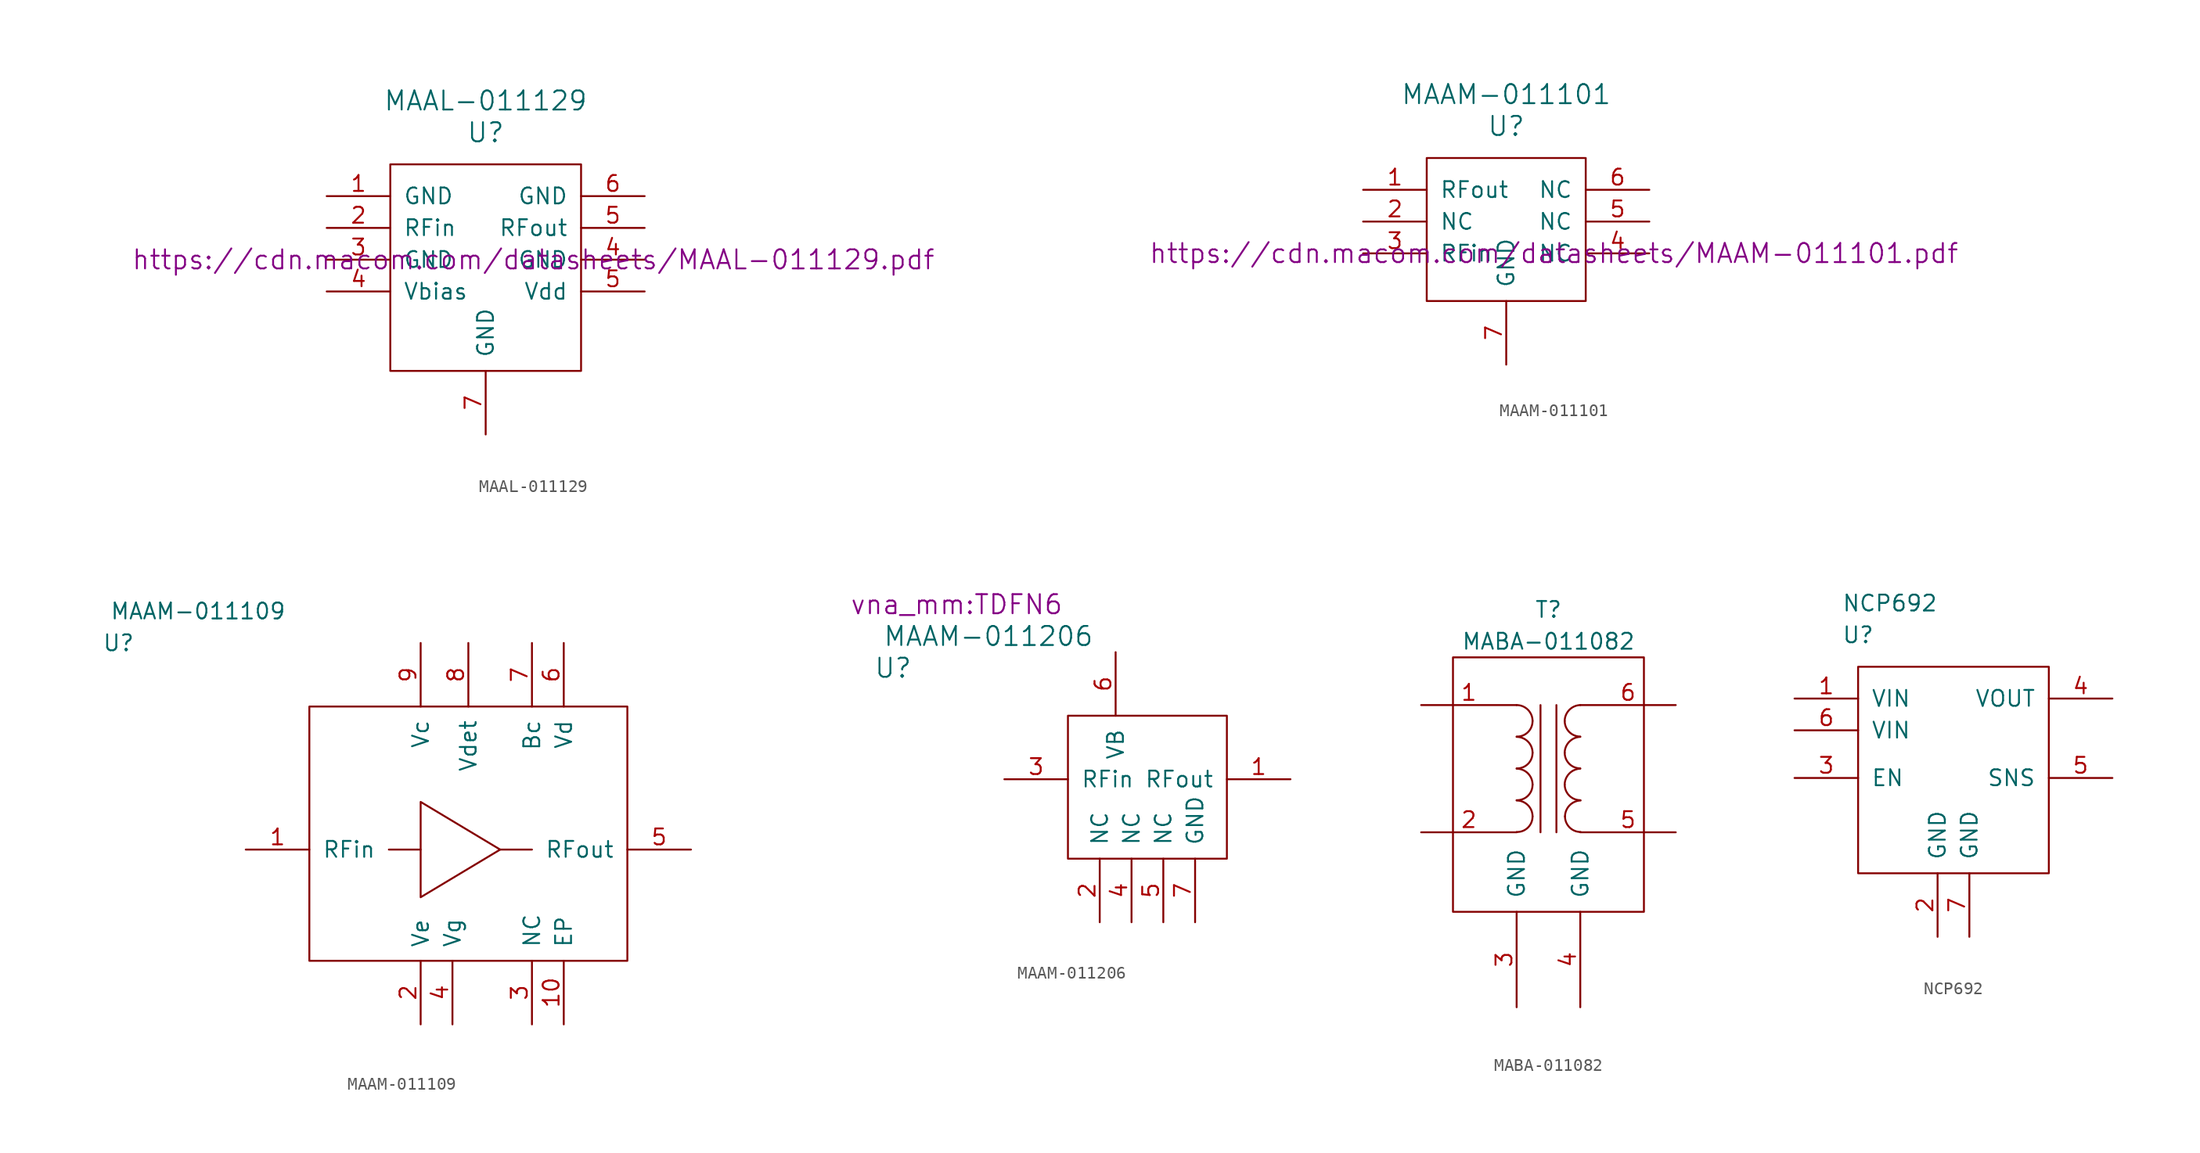
<source format=kicad_sym>
(kicad_symbol_lib
  (version 20201005)
  (generator kicad_symbol_editor)
  (symbol "vna_mm:MAAL-011129"
    (pin_names
      (offset 1.016))
    (property "Reference" "U"
      (at 0 8.89 0)
      (effects (font (size 1.524 1.524))))
    (property "Value" "MAAL-011129"
      (at 0 11.43 0)
      (effects (font (size 1.524 1.524))))
    (property "Footprint" ""
      (at 3.81 -1.27 0)
      (effects (font (size 1.524 1.524))))
    (property "Datasheet" "https://cdn.macom.com/datasheets/MAAL-011129.pdf"
      (at 3.81 -1.27 0)
      (effects (font (size 1.524 1.524))))
    (symbol "MAAL-011129_0_1"
      (rectangle (start -7.62 6.35) (end 7.62 -10.16) (stroke (width 0)) (fill (type none))))
    (symbol "MAAL-011129_1_1"
      (pin power_in line (at -12.7 3.81 0) (length 5.08) (name "GND" (effects (font (size 1.27 1.27)))) (number "1" (effects (font (size 1.27 1.27)))))
      (pin input line (at -12.7 1.27 0) (length 5.08) (name "RFin" (effects (font (size 1.27 1.27)))) (number "2" (effects (font (size 1.27 1.27)))))
      (pin power_in line (at -12.7 -1.27 0) (length 5.08) (name "GND" (effects (font (size 1.27 1.27)))) (number "3" (effects (font (size 1.27 1.27)))))
      (pin power_in line (at 12.7 -1.27 180) (length 5.08) (name "GND" (effects (font (size 1.27 1.27)))) (number "4" (effects (font (size 1.27 1.27)))))
      (pin input line (at -12.7 -3.81 0) (length 5.08) (name "Vbias" (effects (font (size 1.27 1.27)))) (number "4" (effects (font (size 1.27 1.27)))))
      (pin output line (at 12.7 1.27 180) (length 5.08) (name "RFout" (effects (font (size 1.27 1.27)))) (number "5" (effects (font (size 1.27 1.27)))))
      (pin power_in line (at 12.7 -3.81 180) (length 5.08) (name "Vdd" (effects (font (size 1.27 1.27)))) (number "5" (effects (font (size 1.27 1.27)))))
      (pin power_in line (at 12.7 3.81 180) (length 5.08) (name "GND" (effects (font (size 1.27 1.27)))) (number "6" (effects (font (size 1.27 1.27)))))
      (pin input line (at 0 -15.24 90) (length 5.08) (name "GND" (effects (font (size 1.27 1.27)))) (number "7" (effects (font (size 1.27 1.27)))))))
  (symbol "vna_mm:MAAM-011101"
    (pin_names
      (offset 1.016))
    (property "Reference" "U"
      (at 0 7.62 0)
      (effects (font (size 1.524 1.524))))
    (property "Value" "MAAM-011101"
      (at 0 10.16 0)
      (effects (font (size 1.524 1.524))))
    (property "Footprint" ""
      (at 3.81 -2.54 0)
      (effects (font (size 1.524 1.524))))
    (property "Datasheet" "https://cdn.macom.com/datasheets/MAAM-011101.pdf"
      (at 3.81 -2.54 0)
      (effects (font (size 1.524 1.524))))
    (symbol "MAAM-011101_0_1"
      (rectangle (start -6.35 5.08) (end 6.35 -6.35) (stroke (width 0)) (fill (type none))))
    (symbol "MAAM-011101_1_1"
      (pin output line (at -11.43 2.54 0) (length 5.08) (name "RFout" (effects (font (size 1.27 1.27)))) (number "1" (effects (font (size 1.27 1.27)))))
      (pin power_in line (at -11.43 0 0) (length 5.08) (name "NC" (effects (font (size 1.27 1.27)))) (number "2" (effects (font (size 1.27 1.27)))))
      (pin input line (at -11.43 -2.54 0) (length 5.08) (name "RFin" (effects (font (size 1.27 1.27)))) (number "3" (effects (font (size 1.27 1.27)))))
      (pin power_in line (at 11.43 -2.54 180) (length 5.08) (name "NC" (effects (font (size 1.27 1.27)))) (number "4" (effects (font (size 1.27 1.27)))))
      (pin power_in line (at 11.43 0 180) (length 5.08) (name "NC" (effects (font (size 1.27 1.27)))) (number "5" (effects (font (size 1.27 1.27)))))
      (pin power_in line (at 11.43 2.54 180) (length 5.08) (name "NC" (effects (font (size 1.27 1.27)))) (number "6" (effects (font (size 1.27 1.27)))))
      (pin input line (at 0 -11.43 90) (length 5.08) (name "GND" (effects (font (size 1.27 1.27)))) (number "7" (effects (font (size 1.27 1.27)))))))
  (symbol "vna_mm:MAAM-011109"
    (pin_names
      (offset 1.016))
    (property "Reference" "U"
      (at -25.4 16.51 0)
      (effects (font (size 1.27 1.27))))
    (property "Value" "MAAM-011109"
      (at -19.05 19.05 0)
      (effects (font (size 1.27 1.27))))
    (symbol "MAAM-011109_0_1"
      (rectangle (start -10.16 11.43) (end 15.24 -8.89) (stroke (width 0)) (fill (type none)))
      (polyline (pts (xy -1.27 0) (xy -3.81 0)) (stroke (width 0)) (fill (type none)))
      (polyline (pts (xy 5.08 0) (xy 7.62 0)) (stroke (width 0)) (fill (type none)))
      (polyline (pts (xy 5.08 0) (xy -1.27 3.81) (xy -1.27 -3.81) (xy 5.08 0)) (stroke (width 0)) (fill (type none))))
    (symbol "MAAM-011109_1_1"
      (pin input line (at -15.24 0 0) (length 5.08) (name "RFin" (effects (font (size 1.27 1.27)))) (number "1" (effects (font (size 1.27 1.27)))))
      (pin power_in line (at 10.16 -13.97 90) (length 5.08) (name "EP" (effects (font (size 1.27 1.27)))) (number "10" (effects (font (size 1.27 1.27)))))
      (pin power_in line (at -1.27 -13.97 90) (length 5.08) (name "Ve" (effects (font (size 1.27 1.27)))) (number "2" (effects (font (size 1.27 1.27)))))
      (pin input line (at 7.62 -13.97 90) (length 5.08) (name "NC" (effects (font (size 1.27 1.27)))) (number "3" (effects (font (size 1.27 1.27)))))
      (pin power_in line (at 1.27 -13.97 90) (length 5.08) (name "Vg" (effects (font (size 1.27 1.27)))) (number "4" (effects (font (size 1.27 1.27)))))
      (pin output line (at 20.32 0 180) (length 5.08) (name "RFout" (effects (font (size 1.27 1.27)))) (number "5" (effects (font (size 1.27 1.27)))))
      (pin power_in line (at 10.16 16.51 270) (length 5.08) (name "Vd" (effects (font (size 1.27 1.27)))) (number "6" (effects (font (size 1.27 1.27)))))
      (pin input line (at 7.62 16.51 270) (length 5.08) (name "Bc" (effects (font (size 1.27 1.27)))) (number "7" (effects (font (size 1.27 1.27)))))
      (pin output line (at 2.54 16.51 270) (length 5.08) (name "Vdet" (effects (font (size 1.27 1.27)))) (number "8" (effects (font (size 1.27 1.27)))))
      (pin power_in line (at -1.27 16.51 270) (length 5.08) (name "Vc" (effects (font (size 1.27 1.27)))) (number "9" (effects (font (size 1.27 1.27)))))))
  (symbol "vna_mm:MAAM-011206"
    (pin_names
      (offset 1.016))
    (property "Reference" "U"
      (at -20.32 8.89 0)
      (effects (font (size 1.524 1.524))))
    (property "Value" "MAAM-011206"
      (at -12.7 11.43 0)
      (effects (font (size 1.524 1.524))))
    (property "Footprint" "vna_mm:TDFN6"
      (at -15.24 13.97 0)
      (effects (font (size 1.524 1.524))))
    (symbol "MAAM-011206_0_1"
      (rectangle (start -6.35 5.08) (end 6.35 -6.35) (stroke (width 0)) (fill (type none))))
    (symbol "MAAM-011206_1_1"
      (pin output line (at 11.43 0 180) (length 5.08) (name "RFout" (effects (font (size 1.27 1.27)))) (number "1" (effects (font (size 1.27 1.27)))))
      (pin power_in line (at -3.81 -11.43 90) (length 5.08) (name "NC" (effects (font (size 1.27 1.27)))) (number "2" (effects (font (size 1.27 1.27)))))
      (pin input line (at -11.43 0 0) (length 5.08) (name "RFin" (effects (font (size 1.27 1.27)))) (number "3" (effects (font (size 1.27 1.27)))))
      (pin power_in line (at -1.27 -11.43 90) (length 5.08) (name "NC" (effects (font (size 1.27 1.27)))) (number "4" (effects (font (size 1.27 1.27)))))
      (pin power_in line (at 1.27 -11.43 90) (length 5.08) (name "NC" (effects (font (size 1.27 1.27)))) (number "5" (effects (font (size 1.27 1.27)))))
      (pin input line (at -2.54 10.16 270) (length 5.08) (name "VB" (effects (font (size 1.27 1.27)))) (number "6" (effects (font (size 1.27 1.27)))))
      (pin input line (at 3.81 -11.43 90) (length 5.08) (name "GND" (effects (font (size 1.27 1.27)))) (number "7" (effects (font (size 1.27 1.27)))))))
  (symbol "vna_mm:MABA-011082"
    (pin_names
      (offset 1.016))
    (property "Reference" "T"
      (at 0 12.7 0)
      (effects (font (size 1.27 1.27))))
    (property "Value" "MABA-011082"
      (at 0 10.16 0)
      (effects (font (size 1.27 1.27))))
    (symbol "MABA-011082_0_1"
      (rectangle (start -7.62 8.89) (end 7.62 -11.43) (stroke (width 0)) (fill (type none))))
    (symbol "MABA-011082_1_1"
      (arc (start -2.54 -2.54) (end -1.27 -3.81) (radius (at -2.54 -3.81) (length 1.27) (angles 89.9 0.1)) (stroke (width 0)) (fill (type none)))
      (arc (start -1.27 -3.81) (end -2.54 -5.0546) (radius (at -2.54 -3.81) (length 1.27) (angles -0.1 -89.9)) (stroke (width 0)) (fill (type none)))
      (arc (start -2.54 0) (end -1.27 -1.27) (radius (at -2.54 -1.27) (length 1.27) (angles 89.9 0.1)) (stroke (width 0)) (fill (type none)))
      (arc (start -1.27 -1.27) (end -2.54 -2.5146) (radius (at -2.54 -1.27) (length 1.27) (angles -0.1 -89.9)) (stroke (width 0)) (fill (type none)))
      (arc (start -2.54 2.54) (end -1.27 1.27) (radius (at -2.54 1.27) (length 1.27) (angles 89.9 0.1)) (stroke (width 0)) (fill (type none)))
      (arc (start -1.27 1.27) (end -2.54 0.0254) (radius (at -2.54 1.27) (length 1.27) (angles -0.1 -89.9)) (stroke (width 0)) (fill (type none)))
      (arc (start -2.54 5.08) (end -1.27 3.81) (radius (at -2.54 3.81) (length 1.27) (angles 89.9 0.1)) (stroke (width 0)) (fill (type none)))
      (arc (start -1.27 3.81) (end -2.54 2.5654) (radius (at -2.54 3.81) (length 1.27) (angles -0.1 -89.9)) (stroke (width 0)) (fill (type none)))
      (arc (start 2.54 0) (end 1.2954 -1.27) (radius (at 2.54 -1.27) (length 1.27) (angles 89.9 -179.9)) (stroke (width 0)) (fill (type none)))
      (arc (start 1.2954 -1.27) (end 2.54 -2.5146) (radius (at 2.54 -1.27) (length 1.27) (angles 179.9 -89.9)) (stroke (width 0)) (fill (type none)))
      (arc (start 2.54 2.54) (end 1.2954 1.27) (radius (at 2.54 1.27) (length 1.27) (angles 89.9 -179.9)) (stroke (width 0)) (fill (type none)))
      (arc (start 1.2954 1.27) (end 2.54 0.0254) (radius (at 2.54 1.27) (length 1.27) (angles 179.9 -89.9)) (stroke (width 0)) (fill (type none)))
      (arc (start 2.54 5.08) (end 1.2954 3.81) (radius (at 2.54 3.81) (length 1.27) (angles 89.9 -179.9)) (stroke (width 0)) (fill (type none)))
      (arc (start 1.2954 3.81) (end 2.54 2.5654) (radius (at 2.54 3.81) (length 1.27) (angles 179.9 -89.9)) (stroke (width 0)) (fill (type none)))
      (arc (start 2.5654 -2.54) (end 1.3208 -3.81) (radius (at 2.5654 -3.81) (length 1.27) (angles 91 -179.9)) (stroke (width 0)) (fill (type none)))
      (arc (start 2.5654 -5.0546) (end 1.3208 -3.81) (radius (at 2.5654 -3.81) (length 1.27) (angles -91.2 -179.9)) (stroke (width 0)) (fill (type none)))
      (polyline (pts (xy -0.635 5.08) (xy -0.635 -5.08)) (stroke (width 0)) (fill (type none)))
      (polyline (pts (xy 0.635 -5.08) (xy 0.635 5.08)) (stroke (width 0)) (fill (type none)))
      (pin passive line (at -10.16 5.08 0) (length 7.62) (name "~" (effects (font (size 1.27 1.27)))) (number "1" (effects (font (size 1.27 1.27)))))
      (pin passive line (at -10.16 -5.08 0) (length 7.62) (name "~" (effects (font (size 1.27 1.27)))) (number "2" (effects (font (size 1.27 1.27)))))
      (pin power_in line (at -2.54 -19.05 90) (length 7.62) (name "GND" (effects (font (size 1.27 1.27)))) (number "3" (effects (font (size 1.27 1.27)))))
      (pin power_in line (at 2.54 -19.05 90) (length 7.62) (name "GND" (effects (font (size 1.27 1.27)))) (number "4" (effects (font (size 1.27 1.27)))))
      (pin passive line (at 10.16 -5.08 180) (length 7.62) (name "~" (effects (font (size 1.27 1.27)))) (number "5" (effects (font (size 1.27 1.27)))))
      (pin passive line (at 10.16 5.08 180) (length 7.62) (name "~" (effects (font (size 1.27 1.27)))) (number "6" (effects (font (size 1.27 1.27)))))))
  (symbol "vna_mm:NCP692"
    (pin_names
      (offset 1.016))
    (property "Reference" "U"
      (at -7.62 7.62 0)
      (effects (font (size 1.27 1.27))))
    (property "Value" "NCP692"
      (at -5.08 10.16 0)
      (effects (font (size 1.27 1.27))))
    (symbol "NCP692_0_1"
      (rectangle (start -7.62 5.08) (end 7.62 -11.43) (stroke (width 0)) (fill (type none))))
    (symbol "NCP692_1_1"
      (pin power_in line (at -12.7 2.54 0) (length 5.08) (name "VIN" (effects (font (size 1.27 1.27)))) (number "1" (effects (font (size 1.27 1.27)))))
      (pin input line (at -1.27 -16.51 90) (length 5.08) (name "GND" (effects (font (size 1.27 1.27)))) (number "2" (effects (font (size 1.27 1.27)))))
      (pin input line (at -12.7 -3.81 0) (length 5.08) (name "EN" (effects (font (size 1.27 1.27)))) (number "3" (effects (font (size 1.27 1.27)))))
      (pin power_out line (at 12.7 2.54 180) (length 5.08) (name "VOUT" (effects (font (size 1.27 1.27)))) (number "4" (effects (font (size 1.27 1.27)))))
      (pin input line (at 12.7 -3.81 180) (length 5.08) (name "SNS" (effects (font (size 1.27 1.27)))) (number "5" (effects (font (size 1.27 1.27)))))
      (pin power_in line (at -12.7 0 0) (length 5.08) (name "VIN" (effects (font (size 1.27 1.27)))) (number "6" (effects (font (size 1.27 1.27)))))
      (pin input line (at 1.27 -16.51 90) (length 5.08) (name "GND" (effects (font (size 1.27 1.27)))) (number "7" (effects (font (size 1.27 1.27))))))))
</source>
